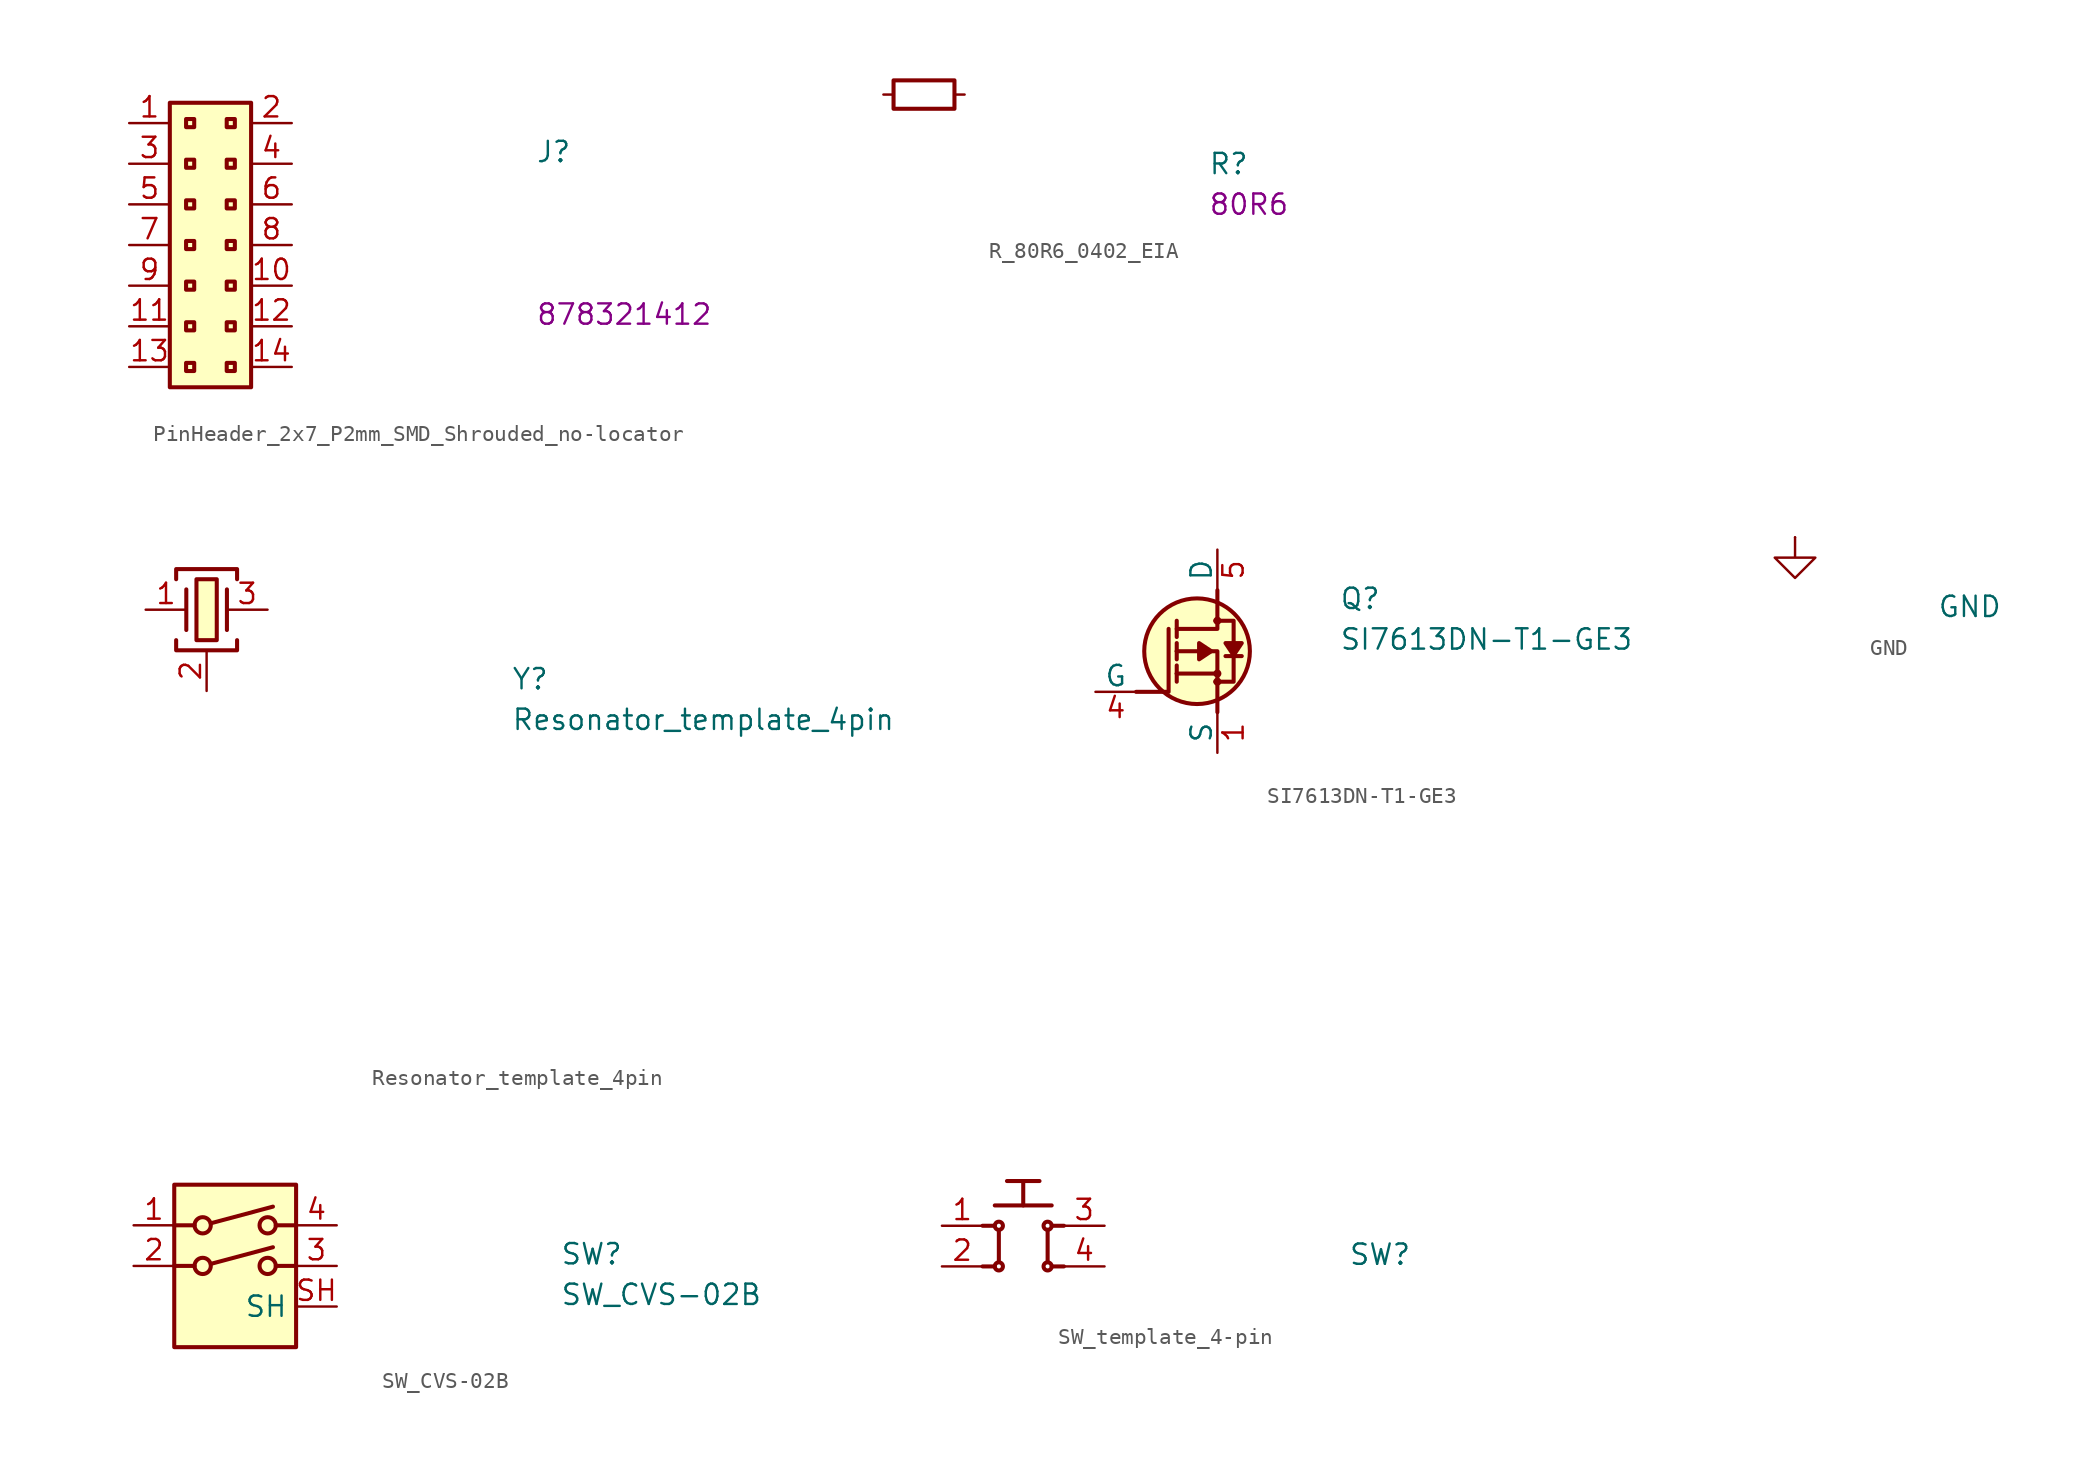
<source format=kicad_sym>
(kicad_symbol_lib
  (version 20211014)
  (generator kicad_symbol_editor)
  (symbol "PinHeader_2x7_P2mm_SMD_Shrouded_no-locator"
    (property "Reference" "J"
      (at 25.4 -2.54 0)
      (effects (font (size 1.27 1.27) (thickness 0.15)) (justify left bottom)))
    (property "MPN" "878321412"
      (at 25.4 -12.7 0)
      (effects (font (size 1.27 1.27) (thickness 0.15)) (justify left bottom)))
    (symbol "PinHeader_2x7_P2mm_SMD_Shrouded_no-locator_1_1"
      (rectangle (start 2.54 1.27) (end 7.62 -16.51) (stroke (width 0.254) (type default) (color 0 0 0 0)) (fill (type background)))
      (rectangle (start 3.556 -14.986) (end 4.064 -15.494) (stroke (width 0.254) (type default) (color 0 0 0 0)) (fill (type background)))
      (rectangle (start 3.556 -12.446) (end 4.064 -12.954) (stroke (width 0.254) (type default) (color 0 0 0 0)) (fill (type background)))
      (rectangle (start 3.556 -9.906) (end 4.064 -10.414) (stroke (width 0.254) (type default) (color 0 0 0 0)) (fill (type background)))
      (rectangle (start 3.556 -7.366) (end 4.064 -7.874) (stroke (width 0.254) (type default) (color 0 0 0 0)) (fill (type background)))
      (rectangle (start 3.556 -4.826) (end 4.064 -5.334) (stroke (width 0.254) (type default) (color 0 0 0 0)) (fill (type background)))
      (rectangle (start 3.556 -2.286) (end 4.064 -2.794) (stroke (width 0.254) (type default) (color 0 0 0 0)) (fill (type background)))
      (rectangle (start 3.556 0.254) (end 4.064 -0.254) (stroke (width 0.254) (type default) (color 0 0 0 0)) (fill (type background)))
      (rectangle (start 6.096 -14.986) (end 6.604 -15.494) (stroke (width 0.254) (type default) (color 0 0 0 0)) (fill (type background)))
      (rectangle (start 6.096 -12.446) (end 6.604 -12.954) (stroke (width 0.254) (type default) (color 0 0 0 0)) (fill (type background)))
      (rectangle (start 6.096 -9.906) (end 6.604 -10.414) (stroke (width 0.254) (type default) (color 0 0 0 0)) (fill (type background)))
      (rectangle (start 6.096 -7.366) (end 6.604 -7.874) (stroke (width 0.254) (type default) (color 0 0 0 0)) (fill (type background)))
      (rectangle (start 6.096 -4.826) (end 6.604 -5.334) (stroke (width 0.254) (type default) (color 0 0 0 0)) (fill (type background)))
      (rectangle (start 6.096 -2.286) (end 6.604 -2.794) (stroke (width 0.254) (type default) (color 0 0 0 0)) (fill (type background)))
      (rectangle (start 6.096 0.254) (end 6.604 -0.254) (stroke (width 0.254) (type default) (color 0 0 0 0)) (fill (type background)))
      (pin passive line (at 0 0 0) (length 2.54) (name "~" (effects (font (size 1.27 1.27)))) (number "1" (effects (font (size 1.27 1.27)))))
      (pin passive line (at 10.16 -10.16 180) (length 2.54) (name "~" (effects (font (size 1.27 1.27)))) (number "10" (effects (font (size 1.27 1.27)))))
      (pin passive line (at 0 -12.7 0) (length 2.54) (name "~" (effects (font (size 1.27 1.27)))) (number "11" (effects (font (size 1.27 1.27)))))
      (pin passive line (at 10.16 -12.7 180) (length 2.54) (name "~" (effects (font (size 1.27 1.27)))) (number "12" (effects (font (size 1.27 1.27)))))
      (pin passive line (at 0 -15.24 0) (length 2.54) (name "~" (effects (font (size 1.27 1.27)))) (number "13" (effects (font (size 1.27 1.27)))))
      (pin passive line (at 10.16 -15.24 180) (length 2.54) (name "~" (effects (font (size 1.27 1.27)))) (number "14" (effects (font (size 1.27 1.27)))))
      (pin passive line (at 10.16 0 180) (length 2.54) (name "~" (effects (font (size 1.27 1.27)))) (number "2" (effects (font (size 1.27 1.27)))))
      (pin passive line (at 0 -2.54 0) (length 2.54) (name "~" (effects (font (size 1.27 1.27)))) (number "3" (effects (font (size 1.27 1.27)))))
      (pin passive line (at 10.16 -2.54 180) (length 2.54) (name "~" (effects (font (size 1.27 1.27)))) (number "4" (effects (font (size 1.27 1.27)))))
      (pin passive line (at 0 -5.08 0) (length 2.54) (name "~" (effects (font (size 1.27 1.27)))) (number "5" (effects (font (size 1.27 1.27)))))
      (pin passive line (at 10.16 -5.08 180) (length 2.54) (name "~" (effects (font (size 1.27 1.27)))) (number "6" (effects (font (size 1.27 1.27)))))
      (pin passive line (at 0 -7.62 0) (length 2.54) (name "~" (effects (font (size 1.27 1.27)))) (number "7" (effects (font (size 1.27 1.27)))))
      (pin passive line (at 10.16 -7.62 180) (length 2.54) (name "~" (effects (font (size 1.27 1.27)))) (number "8" (effects (font (size 1.27 1.27)))))
      (pin passive line (at 0 -10.16 0) (length 2.54) (name "~" (effects (font (size 1.27 1.27)))) (number "9" (effects (font (size 1.27 1.27)))))))
  (symbol "Resistors0402:R_80R6_0402_EIA"
    (pin_numbers hide)
    (pin_names hide)
    (property "Reference" "R"
      (at 20.32 -5.08 0)
      (effects (font (size 1.27 1.27) (thickness 0.15)) (justify left bottom)))
    (property "Val" "80R6"
      (at 20.32 -7.62 0)
      (effects (font (size 1.27 1.27) (thickness 0.15)) (justify left bottom)))
    (symbol "R_80R6_0402_EIA_0_1"
      (rectangle (start 0.635 0.889) (end 4.445 -0.889) (stroke (width 0.254) (type default) (color 0 0 0 0)) (fill (type none))))
    (symbol "R_80R6_0402_EIA_1_1"
      (pin passive line (at 0 0 0) (length 0.635) (name "~" (effects (font (size 1.27 1.27)))) (number "1" (effects (font (size 1.27 1.27)))))
      (pin passive line (at 5.08 0 180) (length 0.635) (name "~" (effects (font (size 1.27 1.27)))) (number "2" (effects (font (size 1.27 1.27)))))))
  (symbol "Resonator_template_4pin"
    (pin_names hide)
    (property "Reference" "Y"
      (at 22.86 -5.08 0)
      (effects (font (size 1.27 1.27) (thickness 0.15)) (justify left bottom)))
    (property "Value" "Resonator_template_4pin"
      (at 22.86 -7.62 0)
      (effects (font (size 1.27 1.27) (thickness 0.15)) (justify left bottom)))
    (property "Val" ""
      (at 22.86 -25.4 0)
      (effects (font (size 1.27 1.27)) (justify left bottom)))
    (symbol "Resonator_template_4pin_1_1"
      (polyline (pts (xy 2.54 1.27) (xy 2.54 -1.27)) (stroke (width 0.254) (type default) (color 0 0 0 0)) (fill (type background)))
      (polyline (pts (xy 5.08 1.27) (xy 5.08 -1.27)) (stroke (width 0.254) (type default) (color 0 0 0 0)) (fill (type background)))
      (polyline (pts (xy 1.905 -1.905) (xy 1.905 -2.54) (xy 5.715 -2.54) (xy 5.715 -1.905)) (stroke (width 0.254) (type default) (color 0 0 0 0)) (fill (type none)))
      (polyline (pts (xy 1.905 1.905) (xy 1.905 2.54) (xy 5.715 2.54) (xy 5.715 1.905)) (stroke (width 0.254) (type default) (color 0 0 0 0)) (fill (type none)))
      (rectangle (start 3.175 1.905) (end 4.445 -1.905) (stroke (width 0.254) (type default) (color 0 0 0 0)) (fill (type background)))
      (pin passive line (at 0 0 0) (length 2.54) (name "~" (effects (font (size 1.27 1.27)))) (number "1" (effects (font (size 1.27 1.27)))))
      (pin passive line (at 3.81 -5.08 90) (length 2.54) (name "SH" (effects (font (size 1.27 1.27)))) (number "2" (effects (font (size 1.27 1.27)))))
      (pin passive line (at 7.62 0 180) (length 2.54) (name "~" (effects (font (size 1.27 1.27)))) (number "3" (effects (font (size 1.27 1.27)))))
      (pin passive line (at 3.81 -5.08 90) (length 2.54) hide (name "SH" (effects (font (size 1.27 1.27)))) (number "4" (effects (font (size 1.27 1.27)))))))
  (symbol "SI7613DN-T1-GE3"
    (pin_names
      (offset 0))
    (property "Reference" "Q"
      (at 15.24 5.08 0)
      (effects (font (size 1.27 1.27) (thickness 0.15)) (justify left bottom)))
    (property "Value" "SI7613DN-T1-GE3"
      (at 15.24 2.54 0)
      (effects (font (size 1.27 1.27) (thickness 0.15)) (justify left bottom)))
    (symbol "SI7613DN-T1-GE3_1_1"
      (polyline (pts (xy 5.08 1.143) (xy 5.08 0.635)) (stroke (width 0.254) (type default) (color 0 0 0 0)) (fill (type background)))
      (polyline (pts (xy 5.08 1.143) (xy 5.08 1.651)) (stroke (width 0.254) (type default) (color 0 0 0 0)) (fill (type background)))
      (polyline (pts (xy 5.08 2.54) (xy 5.08 2.032)) (stroke (width 0.254) (type default) (color 0 0 0 0)) (fill (type background)))
      (polyline (pts (xy 5.08 2.54) (xy 5.08 3.048)) (stroke (width 0.254) (type default) (color 0 0 0 0)) (fill (type background)))
      (polyline (pts (xy 5.08 4.445) (xy 5.08 3.429)) (stroke (width 0.254) (type default) (color 0 0 0 0)) (fill (type background)))
      (polyline (pts (xy 7.62 1.143) (xy 5.08 1.143)) (stroke (width 0.254) (type default) (color 0 0 0 0)) (fill (type background)))
      (polyline (pts (xy 9.144 2.235) (xy 8.128 2.235)) (stroke (width 0.254) (type default) (color 0 0 0 0)) (fill (type background)))
      (polyline (pts (xy 2.54 0) (xy 4.572 0) (xy 4.572 3.937)) (stroke (width 0.254) (type default) (color 0 0 0 0)) (fill (type none)))
      (polyline (pts (xy 7.62 -1.27) (xy 7.62 2.54) (xy 5.08 2.54)) (stroke (width 0.254) (type default) (color 0 0 0 0)) (fill (type none)))
      (polyline (pts (xy 7.62 6.35) (xy 7.62 3.937) (xy 5.08 3.937)) (stroke (width 0.254) (type default) (color 0 0 0 0)) (fill (type none)))
      (polyline (pts (xy 7.239 2.54) (xy 6.477 3.048) (xy 6.477 2.032) (xy 7.239 2.54)) (stroke (width 0.254) (type default) (color 0 0 0 0)) (fill (type outline)))
      (polyline (pts (xy 8.636 2.286) (xy 8.128 3.048) (xy 9.144 3.048) (xy 8.636 2.286)) (stroke (width 0.254) (type default) (color 0 0 0 0)) (fill (type outline)))
      (polyline (pts (xy 7.493 0.635) (xy 8.636 0.635) (xy 8.636 3.937) (xy 8.636 4.445) (xy 7.493 4.445)) (stroke (width 0.254) (type default) (color 0 0 0 0)) (fill (type background)))
      (circle (center 6.35 2.54) (radius 3.302) (stroke (width 0.254) (type default) (color 0 0 0 0)) (fill (type background)))
      (circle (center 7.62 0.635) (radius 0.127) (stroke (width 0.254) (type default) (color 0 0 0 0)) (fill (type background)))
      (circle (center 7.62 1.143) (radius 0.127) (stroke (width 0.254) (type default) (color 0 0 0 0)) (fill (type background)))
      (circle (center 7.62 4.445) (radius 0.127) (stroke (width 0.254) (type default) (color 0 0 0 0)) (fill (type background)))
      (pin passive line (at 7.62 -3.81 90) (length 2.54) (name "S" (effects (font (size 1.27 1.27)))) (number "1" (effects (font (size 1.27 1.27)))))
      (pin passive line (at 7.62 -3.81 90) (length 2.54) hide (name "S" (effects (font (size 1.27 1.27)))) (number "2" (effects (font (size 1.27 1.27)))))
      (pin passive line (at 7.62 -3.81 90) (length 2.54) hide (name "S" (effects (font (size 1.27 1.27)))) (number "3" (effects (font (size 1.27 1.27)))))
      (pin passive line (at 0 0 0) (length 2.54) (name "G" (effects (font (size 1.27 1.27)))) (number "4" (effects (font (size 1.27 1.27)))))
      (pin passive line (at 7.62 8.89 270) (length 2.54) (name "D" (effects (font (size 1.27 1.27)))) (number "5" (effects (font (size 1.27 1.27)))))))
  (symbol "sodimm-ddr5-tester:GND"
    (power)
    (pin_numbers hide)
    (pin_names hide)
    (property "Reference" "#PWR"
      (at 8.89 -2.54 0)
      (effects (font (size 1.27 1.27) (thickness 0.15)) (justify left bottom) hide))
    (property "Value" "GND"
      (at 8.89 -5.08 0)
      (effects (font (size 1.27 1.27) (thickness 0.15)) (justify left bottom)))
    (symbol "GND_1_1"
      (polyline (pts (xy 0 0) (xy 0 -1.27) (xy 1.27 -1.27) (xy 0 -2.54) (xy -1.27 -1.27) (xy 0 -1.27)) (stroke (width 0) (type default) (color 0 0 0 0)) (fill (type none)))
      (pin power_in line (at 0 0 270) (length 0) (name "GND" (effects (font (size 1.27 1.27)))) (number "1" (effects (font (size 1.27 1.27)))))))
  (symbol "SW_CVS-02B"
    (property "Reference" "SW"
      (at 26.67 -2.54 0)
      (effects (font (size 1.27 1.27) (thickness 0.15)) (justify left bottom)))
    (property "Value" "SW_CVS-02B"
      (at 26.67 -5.08 0)
      (effects (font (size 1.27 1.27) (thickness 0.15)) (justify left bottom)))
    (symbol "SW_CVS-02B_1_1"
      (polyline (pts (xy 3.81 -2.54) (xy 2.54 -2.54)) (stroke (width 0.254) (type default) (color 0 0 0 0)) (fill (type none)))
      (polyline (pts (xy 3.81 0) (xy 2.54 0)) (stroke (width 0.254) (type default) (color 0 0 0 0)) (fill (type none)))
      (polyline (pts (xy 4.826 -2.413) (xy 8.712 -1.372)) (stroke (width 0.254) (type default) (color 0 0 0 0)) (fill (type none)))
      (polyline (pts (xy 4.826 0.127) (xy 8.712 1.168)) (stroke (width 0.254) (type default) (color 0 0 0 0)) (fill (type none)))
      (polyline (pts (xy 10.16 -2.54) (xy 8.89 -2.54)) (stroke (width 0.254) (type default) (color 0 0 0 0)) (fill (type none)))
      (polyline (pts (xy 10.16 0) (xy 8.89 0)) (stroke (width 0.254) (type default) (color 0 0 0 0)) (fill (type none)))
      (rectangle (start 2.54 2.54) (end 10.16 -7.62) (stroke (width 0.254) (type default) (color 0 0 0 0)) (fill (type background)))
      (circle (center 4.318 -2.54) (radius 0.508) (stroke (width 0.254) (type default) (color 0 0 0 0)) (fill (type none)))
      (circle (center 4.318 0) (radius 0.508) (stroke (width 0.254) (type default) (color 0 0 0 0)) (fill (type none)))
      (circle (center 8.382 -2.54) (radius 0.508) (stroke (width 0.254) (type default) (color 0 0 0 0)) (fill (type none)))
      (circle (center 8.382 0) (radius 0.508) (stroke (width 0.254) (type default) (color 0 0 0 0)) (fill (type none)))
      (pin passive line (at 0 0 0) (length 2.54) (name "~" (effects (font (size 1.27 1.27)))) (number "1" (effects (font (size 1.27 1.27)))))
      (pin passive line (at 0 -2.54 0) (length 2.54) (name "~" (effects (font (size 1.27 1.27)))) (number "2" (effects (font (size 1.27 1.27)))))
      (pin passive line (at 12.7 -2.54 180) (length 2.54) (name "~" (effects (font (size 1.27 1.27)))) (number "3" (effects (font (size 1.27 1.27)))))
      (pin passive line (at 12.7 0 180) (length 2.54) (name "~" (effects (font (size 1.27 1.27)))) (number "4" (effects (font (size 1.27 1.27)))))
      (pin power_in line (at 12.7 -5.08 180) (length 2.54) (name "SH" (effects (font (size 1.27 1.27)))) (number "SH" (effects (font (size 1.27 1.27)))))))
  (symbol "SW_template_4-pin"
    (pin_names hide)
    (property "Reference" "SW"
      (at 25.4 -2.54 0)
      (effects (font (size 1.27 1.27) (thickness 0.15)) (justify left bottom)))
    (property "MPN" ""
      (at 25.4 -5.08 0)
      (effects (font (size 1.27 1.27) (thickness 0.15)) (justify left bottom)))
    (symbol "SW_template_4-pin_1_1"
      (polyline (pts (xy 2.54 -2.54) (xy 3.302 -2.54)) (stroke (width 0.254) (type default) (color 0 0 0 0)) (fill (type none)))
      (polyline (pts (xy 2.54 0) (xy 3.302 0)) (stroke (width 0.254) (type default) (color 0 0 0 0)) (fill (type none)))
      (polyline (pts (xy 3.302 1.27) (xy 6.858 1.27)) (stroke (width 0.254) (type default) (color 0 0 0 0)) (fill (type none)))
      (polyline (pts (xy 3.556 -0.305) (xy 3.556 -2.184)) (stroke (width 0.254) (type default) (color 0 0 0 0)) (fill (type none)))
      (polyline (pts (xy 4.064 2.794) (xy 6.096 2.794)) (stroke (width 0.254) (type default) (color 0 0 0 0)) (fill (type none)))
      (polyline (pts (xy 5.08 1.27) (xy 5.08 2.794)) (stroke (width 0.254) (type default) (color 0 0 0 0)) (fill (type none)))
      (polyline (pts (xy 6.604 -0.254) (xy 6.604 -2.184)) (stroke (width 0.254) (type default) (color 0 0 0 0)) (fill (type none)))
      (polyline (pts (xy 7.62 -2.54) (xy 6.858 -2.54)) (stroke (width 0.254) (type default) (color 0 0 0 0)) (fill (type none)))
      (polyline (pts (xy 7.62 0) (xy 6.858 0)) (stroke (width 0.254) (type default) (color 0 0 0 0)) (fill (type none)))
      (circle (center 3.556 -2.54) (radius 0.254) (stroke (width 0.254) (type default) (color 0 0 0 0)) (fill (type none)))
      (circle (center 3.556 0) (radius 0.254) (stroke (width 0.254) (type default) (color 0 0 0 0)) (fill (type none)))
      (circle (center 6.604 -2.54) (radius 0.254) (stroke (width 0.254) (type default) (color 0 0 0 0)) (fill (type none)))
      (circle (center 6.604 0) (radius 0.254) (stroke (width 0.254) (type default) (color 0 0 0 0)) (fill (type none)))
      (pin passive line (at 0 0 0) (length 2.54) (name "1" (effects (font (size 1.27 1.27)))) (number "1" (effects (font (size 1.27 1.27)))))
      (pin passive line (at 0 -2.54 0) (length 2.54) (name "2" (effects (font (size 1.27 1.27)))) (number "2" (effects (font (size 1.27 1.27)))))
      (pin passive line (at 10.16 0 180) (length 2.54) (name "3" (effects (font (size 1.27 1.27)))) (number "3" (effects (font (size 1.27 1.27)))))
      (pin passive line (at 10.16 -2.54 180) (length 2.54) (name "4" (effects (font (size 1.27 1.27)))) (number "4" (effects (font (size 1.27 1.27))))))))
</source>
